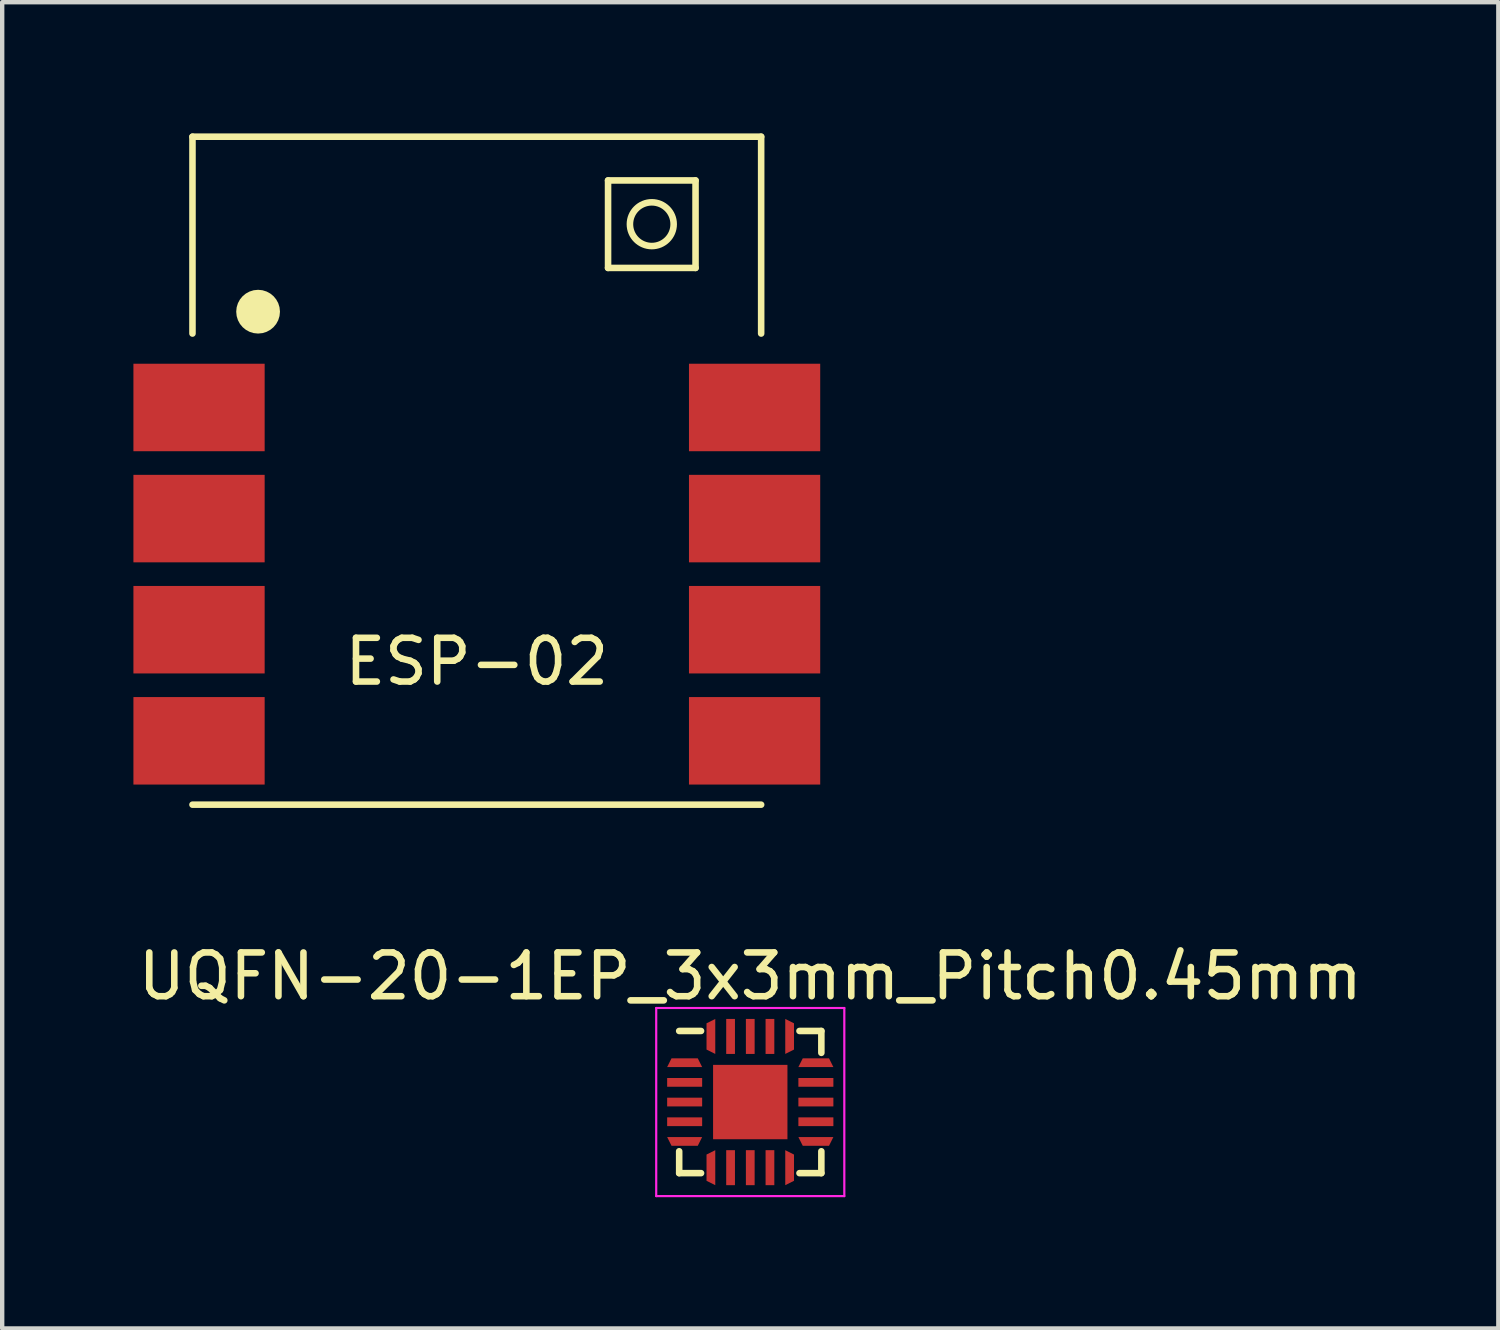
<source format=kicad_pcb>
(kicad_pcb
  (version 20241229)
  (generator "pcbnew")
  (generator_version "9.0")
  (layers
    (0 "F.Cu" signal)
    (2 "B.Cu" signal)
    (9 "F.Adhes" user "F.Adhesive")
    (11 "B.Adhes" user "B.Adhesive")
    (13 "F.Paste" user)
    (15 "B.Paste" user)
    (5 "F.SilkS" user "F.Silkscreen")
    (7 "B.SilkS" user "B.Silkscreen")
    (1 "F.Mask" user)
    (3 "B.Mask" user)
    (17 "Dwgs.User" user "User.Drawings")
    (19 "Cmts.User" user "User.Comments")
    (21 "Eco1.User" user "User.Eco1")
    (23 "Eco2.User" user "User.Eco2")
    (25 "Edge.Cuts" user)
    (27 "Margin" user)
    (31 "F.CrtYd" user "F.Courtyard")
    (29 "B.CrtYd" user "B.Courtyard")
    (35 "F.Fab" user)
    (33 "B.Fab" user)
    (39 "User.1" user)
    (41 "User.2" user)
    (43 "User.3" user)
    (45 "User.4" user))
  (footprint "ESP-02"
    (layer "F.Cu")
    (at 7.85 10.075)
    (property "Reference" "ESP-02" (at 0 2 0) (layer "F.SilkS") (effects (font (size 1 1) (thickness 0.15))))
    (attr through_hole)
    (fp_line (start -6.5 -10) (end -6.5 -5.5) (stroke (width 0.15) (type solid)) (layer "F.SilkS"))
    (fp_line (start -6.5 -10) (end 6.5 -10) (stroke (width 0.15) (type solid)) (layer "F.SilkS"))
    (fp_line (start -6.5 5.27) (end 6.5 5.27) (stroke (width 0.15) (type solid)) (layer "F.SilkS"))
    (fp_line (start 3 -9) (end 3 -7) (stroke (width 0.15) (type solid)) (layer "F.SilkS"))
    (fp_line (start 3 -7) (end 5 -7) (stroke (width 0.15) (type solid)) (layer "F.SilkS"))
    (fp_line (start 5 -9) (end 3 -9) (stroke (width 0.15) (type solid)) (layer "F.SilkS"))
    (fp_line (start 5 -7) (end 5 -9) (stroke (width 0.15) (type solid)) (layer "F.SilkS"))
    (fp_line (start 6.5 -10) (end 6.5 -5.5) (stroke (width 0.15) (type solid)) (layer "F.SilkS"))
    (fp_circle (center -5 -6) (end -5 -5.75) (stroke (width 0.5) (type solid)) (fill no) (layer "F.SilkS"))
    (fp_circle (center 4 -8) (end 4 -7.5) (stroke (width 0.15) (type solid)) (fill no) (layer "F.SilkS"))
    (pad "1" smd rect (at -6.35 -3.81) (size 3 2) (layers "F.Cu" "F.Mask" "F.Paste"))
    (pad "2" smd rect (at -6.35 -1.27) (size 3 2) (layers "F.Cu" "F.Mask" "F.Paste"))
    (pad "3" smd rect (at -6.35 1.27) (size 3 2) (layers "F.Cu" "F.Mask" "F.Paste"))
    (pad "4" smd rect (at -6.35 3.81) (size 3 2) (layers "F.Cu" "F.Mask" "F.Paste"))
    (pad "5" smd rect (at 6.35 3.81) (size 3 2) (layers "F.Cu" "F.Mask" "F.Paste"))
    (pad "6" smd rect (at 6.35 1.27) (size 3 2) (layers "F.Cu" "F.Mask" "F.Paste"))
    (pad "7" smd rect (at 6.35 -1.27) (size 3 2) (layers "F.Cu" "F.Mask" "F.Paste"))
    (pad "8" smd rect (at 6.35 -3.81) (size 3 2) (layers "F.Cu" "F.Mask" "F.Paste")))
  (footprint "UQFN-20-1EP_3x3mm_Pitch0.45mm"
    (layer "F.Cu")
    (at 14.101 22.143)
    (property "Reference" "UQFN-20-1EP_3x3mm_Pitch0.45mm" (at 0 -2.875 0) (layer "F.SilkS") (effects (font (size 1 1) (thickness 0.15))))
    (attr smd)
    (fp_line (start -1.625 -1.625) (end -1.125 -1.625) (stroke (width 0.15) (type solid)) (layer "F.SilkS"))
    (fp_line (start -1.625 1.625) (end -1.625 1.125) (stroke (width 0.15) (type solid)) (layer "F.SilkS"))
    (fp_line (start -1.625 1.625) (end -1.125 1.625) (stroke (width 0.15) (type solid)) (layer "F.SilkS"))
    (fp_line (start 1.625 -1.625) (end 1.125 -1.625) (stroke (width 0.15) (type solid)) (layer "F.SilkS"))
    (fp_line (start 1.625 -1.625) (end 1.625 -1.125) (stroke (width 0.15) (type solid)) (layer "F.SilkS"))
    (fp_line (start 1.625 1.625) (end 1.125 1.625) (stroke (width 0.15) (type solid)) (layer "F.SilkS"))
    (fp_line (start 1.625 1.625) (end 1.625 1.125) (stroke (width 0.15) (type solid)) (layer "F.SilkS"))
    (fp_line (start -2.15 -2.15) (end -2.15 2.15) (stroke (width 0.05) (type solid)) (layer "F.CrtYd"))
    (fp_line (start -2.15 -2.15) (end 2.15 -2.15) (stroke (width 0.05) (type solid)) (layer "F.CrtYd"))
    (fp_line (start -2.15 2.15) (end 2.15 2.15) (stroke (width 0.05) (type solid)) (layer "F.CrtYd"))
    (fp_line (start 2.15 -2.15) (end 2.15 2.15) (stroke (width 0.05) (type solid)) (layer "F.CrtYd"))
    (pad "1" smd trapezoid (at -1.5 -0.9) (size 0.7 0.2) (rect_delta 0 0.1) (layers "F.Cu" "F.Mask" "F.Paste"))
    (pad "2" smd rect (at -1.5 -0.45) (size 0.8 0.2) (layers "F.Cu" "F.Mask" "F.Paste"))
    (pad "3" smd rect (at -1.5 0) (size 0.8 0.2) (layers "F.Cu" "F.Mask" "F.Paste"))
    (pad "4" smd rect (at -1.5 0.45) (size 0.8 0.2) (layers "F.Cu" "F.Mask" "F.Paste"))
    (pad "5" smd trapezoid (at -1.5 0.9 180) (size 0.7 0.2) (rect_delta 0 0.1) (layers "F.Cu" "F.Mask" "F.Paste"))
    (pad "6" smd trapezoid (at -0.9 1.5 90) (size 0.7 0.2) (rect_delta 0 0.1) (layers "F.Cu" "F.Mask" "F.Paste"))
    (pad "7" smd rect (at -0.45 1.5 90) (size 0.8 0.2) (layers "F.Cu" "F.Mask" "F.Paste"))
    (pad "8" smd rect (at 0 1.5 90) (size 0.8 0.2) (layers "F.Cu" "F.Mask" "F.Paste"))
    (pad "9" smd rect (at 0.45 1.5 90) (size 0.8 0.2) (layers "F.Cu" "F.Mask" "F.Paste"))
    (pad "10" smd trapezoid (at 0.9 1.5 270) (size 0.7 0.2) (rect_delta 0 0.1) (layers "F.Cu" "F.Mask" "F.Paste"))
    (pad "11" smd trapezoid (at 1.5 0.9 180) (size 0.7 0.2) (rect_delta 0 0.1) (layers "F.Cu" "F.Mask" "F.Paste"))
    (pad "12" smd rect (at 1.5 0.45) (size 0.8 0.2) (layers "F.Cu" "F.Mask" "F.Paste"))
    (pad "13" smd rect (at 1.5 0) (size 0.8 0.2) (layers "F.Cu" "F.Mask" "F.Paste"))
    (pad "14" smd rect (at 1.5 -0.45) (size 0.8 0.2) (layers "F.Cu" "F.Mask" "F.Paste"))
    (pad "15" smd trapezoid (at 1.5 -0.9) (size 0.7 0.2) (rect_delta 0 0.1) (layers "F.Cu" "F.Mask" "F.Paste"))
    (pad "16" smd trapezoid (at 0.9 -1.5 270) (size 0.7 0.2) (rect_delta 0 0.1) (layers "F.Cu" "F.Mask" "F.Paste"))
    (pad "17" smd rect (at 0.45 -1.5 90) (size 0.8 0.2) (layers "F.Cu" "F.Mask" "F.Paste"))
    (pad "18" smd rect (at 0 -1.5 90) (size 0.8 0.2) (layers "F.Cu" "F.Mask" "F.Paste"))
    (pad "19" smd rect (at -0.45 -1.5 90) (size 0.8 0.2) (layers "F.Cu" "F.Mask" "F.Paste"))
    (pad "20" smd trapezoid (at -0.9 -1.5 90) (size 0.7 0.2) (rect_delta 0 0.1) (layers "F.Cu" "F.Mask" "F.Paste"))
    (pad "21" smd rect (at 0 0) (size 1.7 1.7) (layers "F.Cu" "F.Mask" "F.Paste")))
  (gr_rect
    (start -3 -3)
    (end 31.202 27.318)
    (stroke (width 0.1) (type default))
    (fill no)
    (layer "Edge.Cuts")))
</source>
